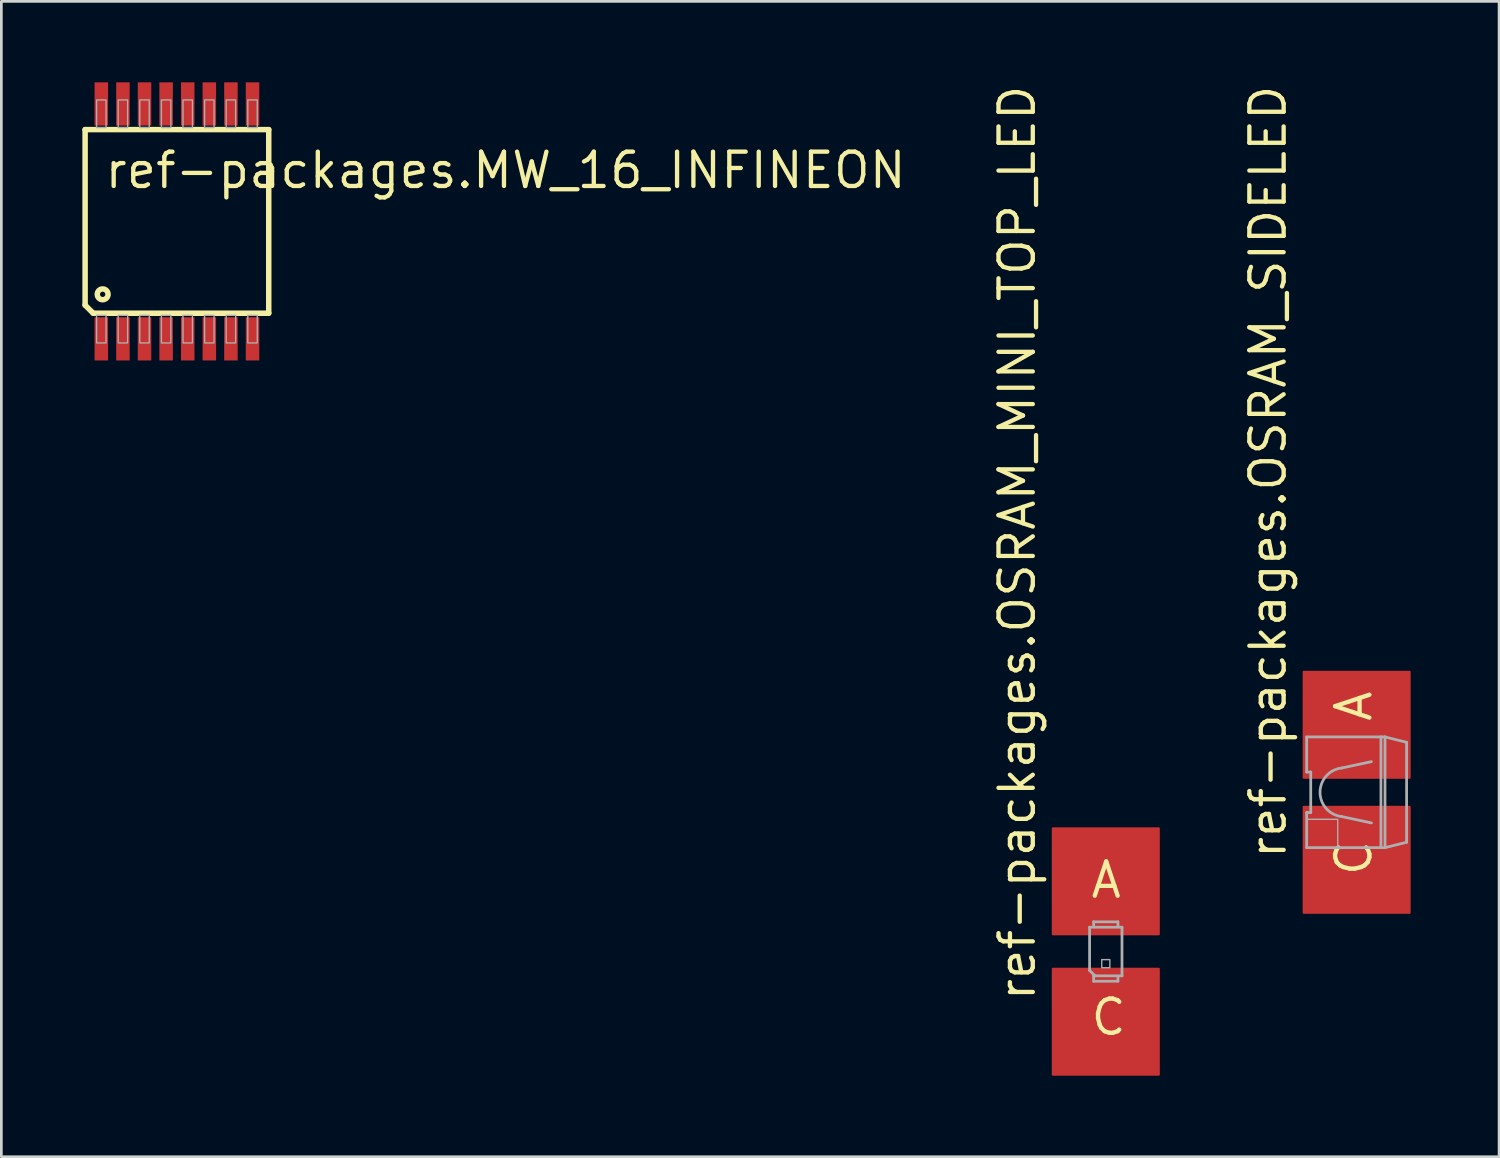
<source format=kicad_pcb>
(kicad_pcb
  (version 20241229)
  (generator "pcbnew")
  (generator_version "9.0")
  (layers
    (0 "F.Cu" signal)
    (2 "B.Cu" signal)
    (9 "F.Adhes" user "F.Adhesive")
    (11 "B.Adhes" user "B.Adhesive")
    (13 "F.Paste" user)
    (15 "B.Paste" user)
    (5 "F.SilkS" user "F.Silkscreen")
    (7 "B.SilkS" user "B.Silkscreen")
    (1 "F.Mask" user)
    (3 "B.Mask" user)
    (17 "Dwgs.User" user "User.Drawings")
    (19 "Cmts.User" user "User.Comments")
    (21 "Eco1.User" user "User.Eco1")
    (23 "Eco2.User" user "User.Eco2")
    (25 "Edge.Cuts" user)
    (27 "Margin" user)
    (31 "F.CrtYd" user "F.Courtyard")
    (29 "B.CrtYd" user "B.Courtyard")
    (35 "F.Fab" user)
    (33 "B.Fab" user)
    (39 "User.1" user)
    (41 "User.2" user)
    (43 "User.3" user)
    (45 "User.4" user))
  (footprint "ref-packages.OSRAM_MINI_TOP_LED"
    (layer "F.Cu")
    (at 37.901 32.188)
    (property "Reference" "ref-packages.OSRAM_MINI_TOP_LED" (at -2.54 1.905 90) (layer "F.SilkS") (effects (font (size 1.27 1.27) (thickness 0.16)) (justify left bottom)))
    (attr smd)
    (fp_rect (start -0.5 -0.6) (end 0.5 -1.4) (stroke (width 0.05) (type default)) (fill yes) (layer "F.Paste"))
    (fp_rect (start -0.5 1.4) (end 0.5 0.6) (stroke (width 0.05) (type default)) (fill yes) (layer "F.Paste"))
    (fp_rect (start -0.45 -0.65) (end 0.45 -1.35) (stroke (width 0.05) (type default)) (fill yes) (layer "F.Paste"))
    (fp_rect (start -0.45 1.35) (end 0.45 0.65) (stroke (width 0.05) (type default)) (fill yes) (layer "F.Paste"))
    (fp_line (start -0.6 -0.9) (end -0.6 0.7) (stroke (width 0.102) (type default)) (layer "F.Fab"))
    (fp_line (start -0.6 0.7) (end -0.4 0.9) (stroke (width 0.102) (type default)) (layer "F.Fab"))
    (fp_line (start -0.45 -1.1) (end 0.45 -1.1) (stroke (width 0.102) (type default)) (layer "F.Fab"))
    (fp_line (start -0.45 -0.95) (end -0.45 -1.1) (stroke (width 0.102) (type default)) (layer "F.Fab"))
    (fp_line (start -0.45 0.9) (end -0.45 1.1) (stroke (width 0.102) (type default)) (layer "F.Fab"))
    (fp_line (start -0.45 0.9) (end -0.4 0.9) (stroke (width 0.102) (type default)) (layer "F.Fab"))
    (fp_line (start -0.45 1.1) (end 0.45 1.1) (stroke (width 0.102) (type default)) (layer "F.Fab"))
    (fp_line (start -0.4 0.9) (end 0.6 0.9) (stroke (width 0.102) (type default)) (layer "F.Fab"))
    (fp_line (start 0.45 -1.1) (end 0.45 -0.95) (stroke (width 0.102) (type default)) (layer "F.Fab"))
    (fp_line (start 0.45 1.1) (end 0.45 0.95) (stroke (width 0.102) (type default)) (layer "F.Fab"))
    (fp_line (start 0.6 -0.9) (end -0.6 -0.9) (stroke (width 0.102) (type default)) (layer "F.Fab"))
    (fp_line (start 0.6 0.9) (end 0.6 -0.9) (stroke (width 0.102) (type default)) (layer "F.Fab"))
    (fp_rect (start -0.15 0.6) (end 0.15 0.3) (stroke (width 0.05) (type default)) (fill no) (layer "F.Fab"))
    (fp_text user "A" (at -0.635 -1.905 0) (layer "F.SilkS") (effects (font (size 1.27 1.27) (thickness 0.16)) (justify left bottom)))
    (fp_text user "C" (at -0.635 3.175 0) (layer "F.SilkS") (effects (font (size 1.27 1.27) (thickness 0.16)) (justify left bottom)))
    (pad "A" smd roundrect (at 0 -2.6) (size 4 4) (layers "F.Cu" "F.Mask" "F.Paste") (roundrect_rratio 0.01))
    (pad "C" smd roundrect (at 0 2.6) (size 4 4) (layers "F.Cu" "F.Mask" "F.Paste") (roundrect_rratio 0.01)))
  (footprint "ref-packages.MW_16_INFINEON"
    (layer "F.Cu")
    (at 3.502 5.15)
    (property "Reference" "ref-packages.MW_16_INFINEON" (at -2.75 -1.15 0) (layer "F.SilkS") (effects (font (size 1.27 1.27) (thickness 0.16)) (justify left bottom)))
    (attr smd)
    (fp_line (start -3.4 -3.4) (end -3.4 3.1) (stroke (width 0.203) (type default)) (layer "F.SilkS"))
    (fp_line (start -3.1 3.4) (end -3.4 3.1) (stroke (width 0.203) (type default)) (layer "F.SilkS"))
    (fp_line (start -3.1 3.4) (end 3.4 3.4) (stroke (width 0.203) (type default)) (layer "F.SilkS"))
    (fp_line (start 3.4 -3.4) (end -3.4 -3.4) (stroke (width 0.203) (type default)) (layer "F.SilkS"))
    (fp_line (start 3.4 3.4) (end 3.4 -3.4) (stroke (width 0.203) (type default)) (layer "F.SilkS"))
    (fp_circle (center -2.75 2.7) (end -2.55 2.7) (stroke (width 0.203) (type default)) (fill no) (layer "F.SilkS"))
    (fp_rect (start -2.975 -3.475) (end -2.625 -4.5) (stroke (width 0.05) (type default)) (fill no) (layer "F.Fab"))
    (fp_rect (start -2.975 4.5) (end -2.625 3.475) (stroke (width 0.05) (type default)) (fill no) (layer "F.Fab"))
    (fp_rect (start -2.175 -3.475) (end -1.825 -4.5) (stroke (width 0.05) (type default)) (fill no) (layer "F.Fab"))
    (fp_rect (start -2.175 4.5) (end -1.825 3.475) (stroke (width 0.05) (type default)) (fill no) (layer "F.Fab"))
    (fp_rect (start -1.375 -3.475) (end -1.025 -4.5) (stroke (width 0.05) (type default)) (fill no) (layer "F.Fab"))
    (fp_rect (start -1.375 4.5) (end -1.025 3.475) (stroke (width 0.05) (type default)) (fill no) (layer "F.Fab"))
    (fp_rect (start -0.575 -3.475) (end -0.225 -4.5) (stroke (width 0.05) (type default)) (fill no) (layer "F.Fab"))
    (fp_rect (start -0.575 4.5) (end -0.225 3.475) (stroke (width 0.05) (type default)) (fill no) (layer "F.Fab"))
    (fp_rect (start 0.225 -3.475) (end 0.575 -4.5) (stroke (width 0.05) (type default)) (fill no) (layer "F.Fab"))
    (fp_rect (start 0.225 4.5) (end 0.575 3.475) (stroke (width 0.05) (type default)) (fill no) (layer "F.Fab"))
    (fp_rect (start 1.025 -3.475) (end 1.375 -4.5) (stroke (width 0.05) (type default)) (fill no) (layer "F.Fab"))
    (fp_rect (start 1.025 4.5) (end 1.375 3.475) (stroke (width 0.05) (type default)) (fill no) (layer "F.Fab"))
    (fp_rect (start 1.825 -3.475) (end 2.175 -4.5) (stroke (width 0.05) (type default)) (fill no) (layer "F.Fab"))
    (fp_rect (start 1.825 4.5) (end 2.175 3.475) (stroke (width 0.05) (type default)) (fill no) (layer "F.Fab"))
    (fp_rect (start 2.625 -3.475) (end 2.975 -4.5) (stroke (width 0.05) (type default)) (fill no) (layer "F.Fab"))
    (fp_rect (start 2.625 4.5) (end 2.975 3.475) (stroke (width 0.05) (type default)) (fill no) (layer "F.Fab"))
    (pad "1" smd roundrect (at -2.8 4.35) (size 0.5 1.6) (layers "F.Cu" "F.Mask" "F.Paste") (roundrect_rratio 0.01))
    (pad "2" smd roundrect (at -2 4.35) (size 0.5 1.6) (layers "F.Cu" "F.Mask" "F.Paste") (roundrect_rratio 0.01))
    (pad "3" smd roundrect (at -1.2 4.35) (size 0.5 1.6) (layers "F.Cu" "F.Mask" "F.Paste") (roundrect_rratio 0.01))
    (pad "4" smd roundrect (at -0.4 4.35) (size 0.5 1.6) (layers "F.Cu" "F.Mask" "F.Paste") (roundrect_rratio 0.01))
    (pad "5" smd roundrect (at 0.4 4.35) (size 0.5 1.6) (layers "F.Cu" "F.Mask" "F.Paste") (roundrect_rratio 0.01))
    (pad "6" smd roundrect (at 1.2 4.35) (size 0.5 1.6) (layers "F.Cu" "F.Mask" "F.Paste") (roundrect_rratio 0.01))
    (pad "7" smd roundrect (at 2 4.35) (size 0.5 1.6) (layers "F.Cu" "F.Mask" "F.Paste") (roundrect_rratio 0.01))
    (pad "8" smd roundrect (at 2.8 4.35) (size 0.5 1.6) (layers "F.Cu" "F.Mask" "F.Paste") (roundrect_rratio 0.01))
    (pad "9" smd roundrect (at 2.8 -4.35) (size 0.5 1.6) (layers "F.Cu" "F.Mask" "F.Paste") (roundrect_rratio 0.01))
    (pad "10" smd roundrect (at 2 -4.35) (size 0.5 1.6) (layers "F.Cu" "F.Mask" "F.Paste") (roundrect_rratio 0.01))
    (pad "11" smd roundrect (at 1.2 -4.35) (size 0.5 1.6) (layers "F.Cu" "F.Mask" "F.Paste") (roundrect_rratio 0.01))
    (pad "12" smd roundrect (at 0.4 -4.35) (size 0.5 1.6) (layers "F.Cu" "F.Mask" "F.Paste") (roundrect_rratio 0.01))
    (pad "13" smd roundrect (at -0.4 -4.35) (size 0.5 1.6) (layers "F.Cu" "F.Mask" "F.Paste") (roundrect_rratio 0.01))
    (pad "14" smd roundrect (at -1.2 -4.35) (size 0.5 1.6) (layers "F.Cu" "F.Mask" "F.Paste") (roundrect_rratio 0.01))
    (pad "15" smd roundrect (at -2 -4.35) (size 0.5 1.6) (layers "F.Cu" "F.Mask" "F.Paste") (roundrect_rratio 0.01))
    (pad "16" smd roundrect (at -2.8 -4.35) (size 0.5 1.6) (layers "F.Cu" "F.Mask" "F.Paste") (roundrect_rratio 0.01)))
  (footprint "ref-packages.OSRAM_SIDELED"
    (layer "F.Cu")
    (at 47.191 26.291)
    (property "Reference" "ref-packages.OSRAM_SIDELED" (at -2.54 2.54 90) (layer "F.SilkS") (effects (font (size 1.27 1.27) (thickness 0.16)) (justify left bottom)))
    (attr smd)
    (fp_rect (start -2.25 -0.4) (end 2.25 -2.1) (stroke (width 0.05) (type default)) (fill yes) (layer "F.Mask"))
    (fp_rect (start -2.25 2.1) (end 2.25 0.4) (stroke (width 0.05) (type default)) (fill yes) (layer "F.Mask"))
    (fp_rect (start -2.15 -0.5) (end 2.15 -2) (stroke (width 0.05) (type default)) (fill yes) (layer "F.Paste"))
    (fp_rect (start -2.15 2) (end 2.15 0.5) (stroke (width 0.05) (type default)) (fill yes) (layer "F.Paste"))
    (fp_line (start -1.85 -2.05) (end 0.9 -2.05) (stroke (width 0.102) (type default)) (layer "F.Fab"))
    (fp_line (start -1.85 -0.75) (end -1.85 -2.05) (stroke (width 0.102) (type default)) (layer "F.Fab"))
    (fp_line (start -1.85 0.75) (end -1.7 0.75) (stroke (width 0.102) (type default)) (layer "F.Fab"))
    (fp_line (start -1.85 2.05) (end -1.85 0.75) (stroke (width 0.102) (type default)) (layer "F.Fab"))
    (fp_line (start -1.7 -0.75) (end -1.85 -0.75) (stroke (width 0.102) (type default)) (layer "F.Fab"))
    (fp_line (start -1.7 0.75) (end -1.7 -0.75) (stroke (width 0.102) (type default)) (layer "F.Fab"))
    (fp_line (start -0.55 -0.9) (end 0.85 -1.2) (stroke (width 0.102) (type dash)) (layer "F.Fab"))
    (fp_line (start -0.55 0.9) (end 0.85 1.2) (stroke (width 0.102) (type dash)) (layer "F.Fab"))
    (fp_line (start 0.9 -2.05) (end 0.9 2.05) (stroke (width 0.102) (type default)) (layer "F.Fab"))
    (fp_line (start 0.9 2.05) (end -1.85 2.05) (stroke (width 0.102) (type default)) (layer "F.Fab"))
    (fp_line (start 0.9 2.05) (end 1.05 2.05) (stroke (width 0.102) (type default)) (layer "F.Fab"))
    (fp_line (start 1.05 -2.05) (end 0.9 -2.05) (stroke (width 0.102) (type default)) (layer "F.Fab"))
    (fp_line (start 1.05 -2.05) (end 1.05 2.05) (stroke (width 0.102) (type default)) (layer "F.Fab"))
    (fp_line (start 1.05 2.05) (end 1.85 1.85) (stroke (width 0.102) (type default)) (layer "F.Fab"))
    (fp_line (start 1.85 -1.85) (end 1.05 -2.05) (stroke (width 0.102) (type default)) (layer "F.Fab"))
    (fp_line (start 1.85 1.85) (end 1.85 -1.85) (stroke (width 0.102) (type default)) (layer "F.Fab"))
    (fp_rect (start -1.85 2.05) (end -0.7 1) (stroke (width 0.05) (type default)) (fill no) (layer "F.Fab"))
    (fp_arc (start -0.55 0.9) (mid -1.355539 0) (end -0.55 -0.9) (stroke (width 0.1016) (type default)) (layer "F.Fab"))
    (fp_text user "A" (at 0.635 -2.54 90) (layer "F.SilkS") (effects (font (size 1.27 1.27) (thickness 0.16)) (justify left bottom)))
    (fp_text user "C" (at 0.635 3.175 90) (layer "F.SilkS") (effects (font (size 1.27 1.27) (thickness 0.16)) (justify left bottom)))
    (pad "A" smd roundrect (at 0 -2.5) (size 4 4) (layers "F.Cu" "F.Mask" "F.Paste") (roundrect_rratio 0.01))
    (pad "C" smd roundrect (at 0 2.5) (size 4 4) (layers "F.Cu" "F.Mask" "F.Paste") (roundrect_rratio 0.01)))
  (gr_rect
    (start -3 -3)
    (end 52.466 39.788)
    (stroke (width 0.1) (type default))
    (fill no)
    (layer "Edge.Cuts")))
</source>
